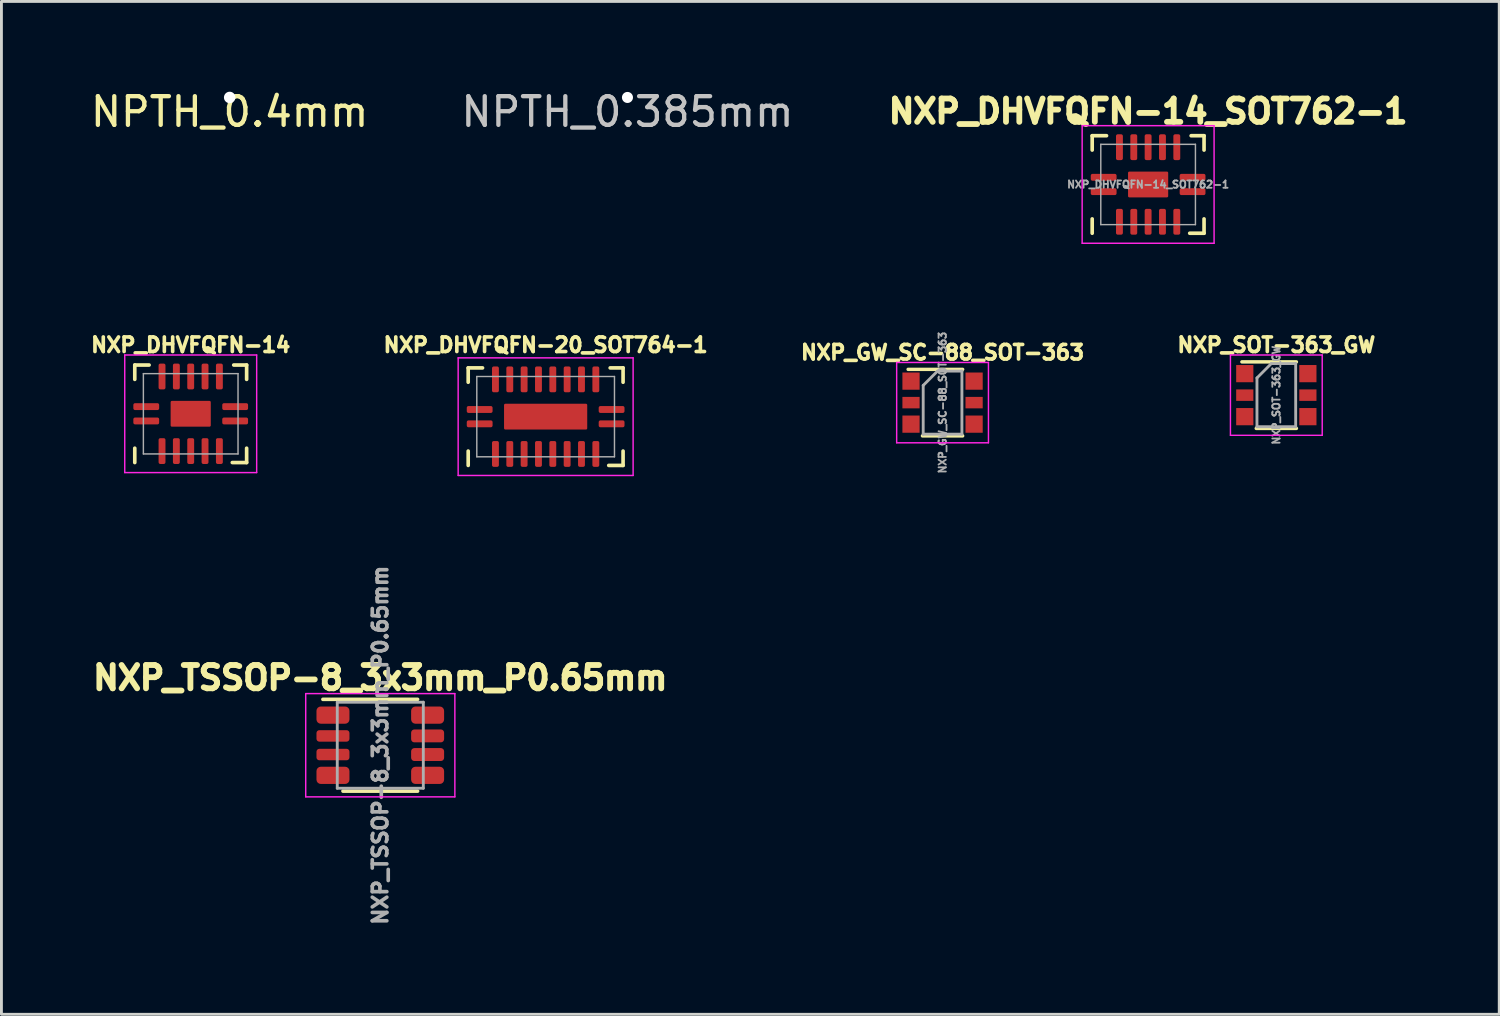
<source format=kicad_pcb>
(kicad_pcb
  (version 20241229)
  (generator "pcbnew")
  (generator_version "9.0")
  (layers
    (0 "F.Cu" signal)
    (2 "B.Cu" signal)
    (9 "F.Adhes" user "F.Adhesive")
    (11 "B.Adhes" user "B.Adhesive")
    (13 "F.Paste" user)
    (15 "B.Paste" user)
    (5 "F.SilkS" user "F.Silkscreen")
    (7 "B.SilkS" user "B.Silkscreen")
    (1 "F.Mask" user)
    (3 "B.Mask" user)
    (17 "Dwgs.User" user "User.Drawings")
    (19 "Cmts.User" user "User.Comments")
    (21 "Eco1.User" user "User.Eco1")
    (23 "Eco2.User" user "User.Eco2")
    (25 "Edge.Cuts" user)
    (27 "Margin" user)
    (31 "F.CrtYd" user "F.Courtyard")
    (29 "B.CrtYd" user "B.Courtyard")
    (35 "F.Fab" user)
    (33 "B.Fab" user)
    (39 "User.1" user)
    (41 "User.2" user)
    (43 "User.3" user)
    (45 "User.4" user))
  (footprint "NXP_GW_SC-88_SOT-363"
    (layer "F.Cu")
    (at 29.813 10.988)
    (property "Reference" "NXP_GW_SC-88_SOT-363" (at 0 -1.75 0) (layer "F.SilkS") (effects (font (size 0.508 0.508) (thickness 0.127))))
    (attr smd)
    (fp_line (start -0.7 1.16) (end 0.7 1.16) (stroke (width 0.12) (type solid)) (layer "F.SilkS"))
    (fp_line (start 0.7 -1.16) (end -1.2 -1.16) (stroke (width 0.12) (type solid)) (layer "F.SilkS"))
    (fp_line (start -1.6 -1.4) (end -1.6 1.4) (stroke (width 0.05) (type solid)) (layer "F.CrtYd"))
    (fp_line (start -1.6 -1.4) (end 1.6 -1.4) (stroke (width 0.05) (type solid)) (layer "F.CrtYd"))
    (fp_line (start -1.6 1.4) (end 1.6 1.4) (stroke (width 0.05) (type solid)) (layer "F.CrtYd"))
    (fp_line (start 1.6 1.4) (end 1.6 -1.4) (stroke (width 0.05) (type solid)) (layer "F.CrtYd"))
    (fp_line (start -0.675 -0.6) (end -0.675 1.1) (stroke (width 0.1) (type solid)) (layer "F.Fab"))
    (fp_line (start -0.175 -1.1) (end -0.675 -0.6) (stroke (width 0.1) (type solid)) (layer "F.Fab"))
    (fp_line (start 0.675 -1.1) (end -0.175 -1.1) (stroke (width 0.1) (type solid)) (layer "F.Fab"))
    (fp_line (start 0.675 -1.1) (end 0.675 1.1) (stroke (width 0.1) (type solid)) (layer "F.Fab"))
    (fp_line (start 0.675 1.1) (end -0.675 1.1) (stroke (width 0.1) (type solid)) (layer "F.Fab"))
    (fp_text user "${REFERENCE}" (at 0 0 90) (layer "F.Fab") (effects (font (size 0.254 0.254) (thickness 0.064))))
    (pad "1" smd rect (at -1.1 -0.75) (size 0.6 0.6) (layers "F.Cu" "F.Mask" "F.Paste"))
    (pad "2" smd rect (at -1.1 0) (size 0.6 0.4) (layers "F.Cu" "F.Mask" "F.Paste"))
    (pad "3" smd rect (at -1.1 0.75) (size 0.6 0.6) (layers "F.Cu" "F.Mask" "F.Paste"))
    (pad "4" smd rect (at 1.1 0.75) (size 0.6 0.6) (layers "F.Cu" "F.Mask" "F.Paste"))
    (pad "5" smd rect (at 1.1 0) (size 0.6 0.4) (layers "F.Cu" "F.Mask" "F.Paste"))
    (pad "6" smd rect (at 1.1 -0.75) (size 0.6 0.6) (layers "F.Cu" "F.Mask" "F.Paste")))
  (footprint "NXP_TSSOP-8_3x3mm_P0.65mm"
    (layer "F.Cu")
    (at 10.209 22.933)
    (property "Reference" "NXP_TSSOP-8_3x3mm_P0.65mm" (at 0 0 90) (layer "F.Fab") (effects (font (size 0.508 0.508) (thickness 0.127))))
    (attr smd)
    (fp_line (start -2 -1.6) (end 1.3 -1.6) (stroke (width 0.127) (type solid)) (layer "F.SilkS"))
    (fp_line (start 1.3 1.6) (end -1.3 1.6) (stroke (width 0.127) (type solid)) (layer "F.SilkS"))
    (fp_line (start -2.6 -1.8) (end 2.6 -1.8) (stroke (width 0.05) (type solid)) (layer "F.CrtYd"))
    (fp_line (start -2.6 1.8) (end -2.6 -1.8) (stroke (width 0.05) (type solid)) (layer "F.CrtYd"))
    (fp_line (start -2.6 1.8) (end 2.6 1.8) (stroke (width 0.05) (type solid)) (layer "F.CrtYd"))
    (fp_line (start 2.6 1.8) (end 2.6 -1.8) (stroke (width 0.05) (type solid)) (layer "F.CrtYd"))
    (fp_line (start -1.5 -1.5) (end 1.5 -1.5) (stroke (width 0.1) (type solid)) (layer "F.Fab"))
    (fp_line (start -1.5 1.5) (end -1.5 -1.5) (stroke (width 0.1) (type solid)) (layer "F.Fab"))
    (fp_line (start 1.5 -1.5) (end 1.5 1.5) (stroke (width 0.1) (type solid)) (layer "F.Fab"))
    (fp_line (start 1.5 1.5) (end -1.5 1.5) (stroke (width 0.1) (type solid)) (layer "F.Fab"))
    (fp_text user "${REFERENCE}" (at 0 -2.35 0) (layer "F.SilkS") (effects (font (size 0.813 0.813) (thickness 0.203))))
    (pad "1" smd roundrect (at -1.65 -1.05) (size 1.15 0.6) (layers "F.Cu" "F.Mask" "F.Paste") (roundrect_rratio 0.25))
    (pad "2" smd roundrect (at -1.65 -0.325) (size 1.15 0.4) (layers "F.Cu" "F.Mask" "F.Paste") (roundrect_rratio 0.25))
    (pad "3" smd roundrect (at -1.65 0.325) (size 1.15 0.4) (layers "F.Cu" "F.Mask" "F.Paste") (roundrect_rratio 0.25))
    (pad "4" smd roundrect (at -1.65 1.05) (size 1.15 0.6) (layers "F.Cu" "F.Mask" "F.Paste") (roundrect_rratio 0.25))
    (pad "5" smd roundrect (at 1.65 1.05) (size 1.15 0.6) (layers "F.Cu" "F.Mask" "F.Paste") (roundrect_rratio 0.25))
    (pad "6" smd roundrect (at 1.65 0.325) (size 1.15 0.45) (layers "F.Cu" "F.Mask" "F.Paste") (roundrect_rratio 0.25))
    (pad "7" smd roundrect (at 1.65 -0.325) (size 1.15 0.45) (layers "F.Cu" "F.Mask" "F.Paste") (roundrect_rratio 0.25))
    (pad "8" smd roundrect (at 1.65 -1.05) (size 1.15 0.6) (layers "F.Cu" "F.Mask" "F.Paste") (roundrect_rratio 0.25)))
  (footprint "NXP_DHVFQFN-14_SOT762-1"
    (layer "F.Cu")
    (at 36.98 3.382)
    (property "Reference" "NXP_DHVFQFN-14_SOT762-1" (at 0 0 0) (layer "F.Fab") (effects (font (size 0.254 0.254) (thickness 0.064))))
    (attr smd)
    (fp_line (start -1.95 -1.7) (end -1.95 -1.2) (stroke (width 0.127) (type solid)) (layer "F.SilkS"))
    (fp_line (start -1.95 -1.7) (end -1.45 -1.7) (stroke (width 0.127) (type solid)) (layer "F.SilkS"))
    (fp_line (start -1.95 1.2) (end -1.95 1.7) (stroke (width 0.127) (type solid)) (layer "F.SilkS"))
    (fp_line (start 1.95 -1.7) (end 1.5 -1.7) (stroke (width 0.127) (type solid)) (layer "F.SilkS"))
    (fp_line (start 1.95 -1.2) (end 1.95 -1.7) (stroke (width 0.127) (type solid)) (layer "F.SilkS"))
    (fp_line (start 1.95 1.7) (end 1.45 1.7) (stroke (width 0.127) (type solid)) (layer "F.SilkS"))
    (fp_line (start 1.95 1.7) (end 1.95 1.2) (stroke (width 0.127) (type solid)) (layer "F.SilkS"))
    (fp_line (start -2.3 -2.05) (end -2.3 2.05) (stroke (width 0.05) (type solid)) (layer "F.CrtYd"))
    (fp_line (start -2.3 -2.05) (end 2.3 -2.05) (stroke (width 0.05) (type solid)) (layer "F.CrtYd"))
    (fp_line (start -2.3 2.05) (end 2.3 2.05) (stroke (width 0.05) (type solid)) (layer "F.CrtYd"))
    (fp_line (start 2.3 2.05) (end 2.3 -2.05) (stroke (width 0.05) (type solid)) (layer "F.CrtYd"))
    (fp_line (start -1.65 -1.4) (end -1.65 1.4) (stroke (width 0.05) (type solid)) (layer "F.Fab"))
    (fp_line (start -1.65 1.4) (end 1.65 1.4) (stroke (width 0.05) (type solid)) (layer "F.Fab"))
    (fp_line (start 1.65 -1.4) (end -1.65 -1.4) (stroke (width 0.05) (type solid)) (layer "F.Fab"))
    (fp_line (start 1.65 1.4) (end 1.65 -1.4) (stroke (width 0.05) (type solid)) (layer "F.Fab"))
    (fp_text user "${REFERENCE}" (at 0 -2.55 0) (layer "F.SilkS") (effects (font (size 0.813 0.813) (thickness 0.203))))
    (pad "1" smd roundrect (at -1.55 0.25 90) (size 0.24 0.9) (layers "F.Cu" "F.Mask" "F.Paste") (roundrect_rratio 0.25))
    (pad "2" smd roundrect (at -1 1.3) (size 0.24 0.9) (layers "F.Cu" "F.Mask" "F.Paste") (roundrect_rratio 0.25))
    (pad "3" smd roundrect (at -0.5 1.3) (size 0.24 0.9) (layers "F.Cu" "F.Mask" "F.Paste") (roundrect_rratio 0.25))
    (pad "4" smd roundrect (at 0 1.3) (size 0.24 0.9) (layers "F.Cu" "F.Mask" "F.Paste") (roundrect_rratio 0.25))
    (pad "5" smd roundrect (at 0.5 1.3) (size 0.24 0.9) (layers "F.Cu" "F.Mask" "F.Paste") (roundrect_rratio 0.25))
    (pad "6" smd roundrect (at 1 1.3) (size 0.24 0.9) (layers "F.Cu" "F.Mask" "F.Paste") (roundrect_rratio 0.25))
    (pad "7" smd roundrect (at 1.55 0.25 90) (size 0.24 0.9) (layers "F.Cu" "F.Mask" "F.Paste") (roundrect_rratio 0.25))
    (pad "8" smd roundrect (at 1.55 -0.25 90) (size 0.24 0.9) (layers "F.Cu" "F.Mask" "F.Paste") (roundrect_rratio 0.25))
    (pad "9" smd roundrect (at 1 -1.3) (size 0.24 0.9) (layers "F.Cu" "F.Mask" "F.Paste") (roundrect_rratio 0.25))
    (pad "10" smd roundrect (at 0.5 -1.3) (size 0.24 0.9) (layers "F.Cu" "F.Mask" "F.Paste") (roundrect_rratio 0.25))
    (pad "11" smd roundrect (at 0 -1.3) (size 0.24 0.9) (layers "F.Cu" "F.Mask" "F.Paste") (roundrect_rratio 0.25))
    (pad "12" smd roundrect (at -0.5 -1.3) (size 0.24 0.9) (layers "F.Cu" "F.Mask" "F.Paste") (roundrect_rratio 0.25))
    (pad "13" smd roundrect (at -1 -1.3) (size 0.24 0.9) (layers "F.Cu" "F.Mask" "F.Paste") (roundrect_rratio 0.25))
    (pad "14" smd roundrect (at -1.55 -0.25 90) (size 0.24 0.9) (layers "F.Cu" "F.Mask" "F.Paste") (roundrect_rratio 0.25))
    (pad "15" smd roundrect (at 0 0) (size 1.4 0.9) (layers "F.Cu" "F.Mask" "F.Paste") (roundrect_rratio 0.05)))
  (footprint "NPTH_0.385mm"
    (layer "F.Cu")
    (at 18.827 0.348)
    (property "Reference" "NPTH_0.385mm" (at 0 0.5 0) (layer "Dwgs.User") (effects (font (size 1 1) (thickness 0.15))))
    (attr exclude_from_pos_files exclude_from_bom)
    (pad "" np_thru_hole circle (at 0 0) (size 0.385 0.385) (drill 0.385) (layers "*.Cu" "*.Mask")))
  (footprint "NPTH_0.4mm"
    (layer "F.Cu")
    (at 4.958 0.348)
    (property "Reference" "NPTH_0.4mm" (at 0 0.5 0) (layer "F.SilkS") (effects (font (size 1 1) (thickness 0.15))))
    (attr through_hole)
    (pad "" np_thru_hole circle (at 0 0) (size 0.4 0.4) (drill 0.4) (layers "*.Cu" "*.Mask")))
  (footprint "NXP_DHVFQFN-14"
    (layer "F.Cu")
    (at 3.599 11.377)
    (property "Reference" "NXP_DHVFQFN-14" (at 0 -2.4 0) (layer "F.SilkS") (effects (font (size 0.508 0.508) (thickness 0.127))))
    (attr through_hole)
    (fp_line (start -1.95 -1.7) (end -1.95 -1.2) (stroke (width 0.127) (type solid)) (layer "F.SilkS"))
    (fp_line (start -1.95 -1.7) (end -1.45 -1.7) (stroke (width 0.127) (type solid)) (layer "F.SilkS"))
    (fp_line (start -1.95 1.2) (end -1.95 1.7) (stroke (width 0.127) (type solid)) (layer "F.SilkS"))
    (fp_line (start 1.95 -1.7) (end 1.5 -1.7) (stroke (width 0.127) (type solid)) (layer "F.SilkS"))
    (fp_line (start 1.95 -1.2) (end 1.95 -1.7) (stroke (width 0.127) (type solid)) (layer "F.SilkS"))
    (fp_line (start 1.95 1.7) (end 1.45 1.7) (stroke (width 0.127) (type solid)) (layer "F.SilkS"))
    (fp_line (start 1.95 1.7) (end 1.95 1.2) (stroke (width 0.127) (type solid)) (layer "F.SilkS"))
    (fp_line (start -2.3 -2.05) (end -2.3 2.05) (stroke (width 0.05) (type solid)) (layer "F.CrtYd"))
    (fp_line (start -2.3 -2.05) (end 2.3 -2.05) (stroke (width 0.05) (type solid)) (layer "F.CrtYd"))
    (fp_line (start -2.3 2.05) (end 2.3 2.05) (stroke (width 0.05) (type solid)) (layer "F.CrtYd"))
    (fp_line (start 2.3 2.05) (end 2.3 -2.05) (stroke (width 0.05) (type solid)) (layer "F.CrtYd"))
    (fp_line (start -1.65 -1.4) (end -1.65 1.4) (stroke (width 0.05) (type solid)) (layer "F.Fab"))
    (fp_line (start -1.65 1.4) (end 1.65 1.4) (stroke (width 0.05) (type solid)) (layer "F.Fab"))
    (fp_line (start 1.65 -1.4) (end -1.65 -1.4) (stroke (width 0.05) (type solid)) (layer "F.Fab"))
    (fp_line (start 1.65 1.4) (end 1.65 -1.4) (stroke (width 0.05) (type solid)) (layer "F.Fab"))
    (pad "1" smd roundrect (at -1 1.3) (size 0.24 0.9) (layers "F.Cu" "F.Mask" "F.Paste") (roundrect_rratio 0.25))
    (pad "2" smd roundrect (at -0.5 1.3) (size 0.24 0.9) (layers "F.Cu" "F.Mask" "F.Paste") (roundrect_rratio 0.25))
    (pad "3" smd roundrect (at 0 1.3) (size 0.24 0.9) (layers "F.Cu" "F.Mask" "F.Paste") (roundrect_rratio 0.25))
    (pad "4" smd roundrect (at 0.5 1.3) (size 0.24 0.9) (layers "F.Cu" "F.Mask" "F.Paste") (roundrect_rratio 0.25))
    (pad "5" smd roundrect (at 1 1.3) (size 0.24 0.9) (layers "F.Cu" "F.Mask" "F.Paste") (roundrect_rratio 0.25))
    (pad "6" smd roundrect (at 1.55 0.25 90) (size 0.24 0.9) (layers "F.Cu" "F.Mask" "F.Paste") (roundrect_rratio 0.25))
    (pad "7" smd roundrect (at 1.55 -0.25 90) (size 0.24 0.9) (layers "F.Cu" "F.Mask" "F.Paste") (roundrect_rratio 0.25))
    (pad "8" smd roundrect (at 1 -1.3) (size 0.24 0.9) (layers "F.Cu" "F.Mask" "F.Paste") (roundrect_rratio 0.25))
    (pad "9" smd roundrect (at 0.5 -1.3) (size 0.24 0.9) (layers "F.Cu" "F.Mask" "F.Paste") (roundrect_rratio 0.25))
    (pad "10" smd roundrect (at 0 -1.3) (size 0.24 0.9) (layers "F.Cu" "F.Mask" "F.Paste") (roundrect_rratio 0.25))
    (pad "11" smd roundrect (at -0.5 -1.3) (size 0.24 0.9) (layers "F.Cu" "F.Mask" "F.Paste") (roundrect_rratio 0.25))
    (pad "12" smd roundrect (at -1 -1.3) (size 0.24 0.9) (layers "F.Cu" "F.Mask" "F.Paste") (roundrect_rratio 0.25))
    (pad "13" smd roundrect (at -1.55 -0.25 90) (size 0.24 0.9) (layers "F.Cu" "F.Mask" "F.Paste") (roundrect_rratio 0.25))
    (pad "14" smd roundrect (at -1.55 0.25 90) (size 0.24 0.9) (layers "F.Cu" "F.Mask" "F.Paste") (roundrect_rratio 0.25))
    (pad "15" smd roundrect (at 0 0) (size 1.4 0.9) (layers "F.Cu" "F.Mask" "F.Paste") (roundrect_rratio 0.05)))
  (footprint "NXP_DHVFQFN-20_SOT764-1"
    (layer "F.Cu")
    (at 15.974 11.477)
    (property "Reference" "NXP_DHVFQFN-20_SOT764-1" (at 0 -2.5 0) (layer "F.SilkS") (effects (font (size 0.508 0.508) (thickness 0.127))))
    (attr through_hole)
    (fp_line (start -2.7 -1.7) (end -2.7 -1.2) (stroke (width 0.127) (type solid)) (layer "F.SilkS"))
    (fp_line (start -2.7 -1.7) (end -2.2 -1.7) (stroke (width 0.127) (type solid)) (layer "F.SilkS"))
    (fp_line (start -2.7 1.2) (end -2.7 1.7) (stroke (width 0.127) (type solid)) (layer "F.SilkS"))
    (fp_line (start 2.7 -1.7) (end 2.25 -1.7) (stroke (width 0.127) (type solid)) (layer "F.SilkS"))
    (fp_line (start 2.7 -1.2) (end 2.7 -1.7) (stroke (width 0.127) (type solid)) (layer "F.SilkS"))
    (fp_line (start 2.7 1.7) (end 2.2 1.7) (stroke (width 0.127) (type solid)) (layer "F.SilkS"))
    (fp_line (start 2.7 1.7) (end 2.7 1.2) (stroke (width 0.127) (type solid)) (layer "F.SilkS"))
    (fp_line (start -3.05 -2.05) (end -3.05 2.05) (stroke (width 0.05) (type solid)) (layer "F.CrtYd"))
    (fp_line (start -3.05 -2.05) (end 3.05 -2.05) (stroke (width 0.05) (type solid)) (layer "F.CrtYd"))
    (fp_line (start -3.05 2.05) (end 3.05 2.05) (stroke (width 0.05) (type solid)) (layer "F.CrtYd"))
    (fp_line (start 3.05 2.05) (end 3.05 -2.05) (stroke (width 0.05) (type solid)) (layer "F.CrtYd"))
    (fp_line (start -2.4 -1.4) (end -2.4 1.4) (stroke (width 0.05) (type solid)) (layer "F.Fab"))
    (fp_line (start -2.4 1.4) (end 2.4 1.4) (stroke (width 0.05) (type solid)) (layer "F.Fab"))
    (fp_line (start 2.4 -1.4) (end -2.4 -1.4) (stroke (width 0.05) (type solid)) (layer "F.Fab"))
    (fp_line (start 2.4 1.4) (end 2.4 -1.4) (stroke (width 0.05) (type solid)) (layer "F.Fab"))
    (pad "1" smd roundrect (at -2.3 0.25 90) (size 0.24 0.9) (layers "F.Cu" "F.Mask" "F.Paste") (roundrect_rratio 0.25))
    (pad "2" smd roundrect (at -1.75 1.3) (size 0.24 0.9) (layers "F.Cu" "F.Mask" "F.Paste") (roundrect_rratio 0.25))
    (pad "3" smd roundrect (at -1.25 1.3) (size 0.24 0.9) (layers "F.Cu" "F.Mask" "F.Paste") (roundrect_rratio 0.25))
    (pad "4" smd roundrect (at -0.75 1.3) (size 0.24 0.9) (layers "F.Cu" "F.Mask" "F.Paste") (roundrect_rratio 0.25))
    (pad "5" smd roundrect (at -0.25 1.3) (size 0.24 0.9) (layers "F.Cu" "F.Mask" "F.Paste") (roundrect_rratio 0.25))
    (pad "6" smd roundrect (at 0.25 1.3) (size 0.24 0.9) (layers "F.Cu" "F.Mask" "F.Paste") (roundrect_rratio 0.25))
    (pad "7" smd roundrect (at 0.75 1.3) (size 0.24 0.9) (layers "F.Cu" "F.Mask" "F.Paste") (roundrect_rratio 0.25))
    (pad "8" smd roundrect (at 1.25 1.3) (size 0.24 0.9) (layers "F.Cu" "F.Mask" "F.Paste") (roundrect_rratio 0.25))
    (pad "9" smd roundrect (at 1.75 1.3) (size 0.24 0.9) (layers "F.Cu" "F.Mask" "F.Paste") (roundrect_rratio 0.25))
    (pad "10" smd roundrect (at 2.3 0.25 90) (size 0.24 0.9) (layers "F.Cu" "F.Mask" "F.Paste") (roundrect_rratio 0.25))
    (pad "11" smd roundrect (at 2.3 -0.25 90) (size 0.24 0.9) (layers "F.Cu" "F.Mask" "F.Paste") (roundrect_rratio 0.25))
    (pad "12" smd roundrect (at 1.75 -1.3) (size 0.24 0.9) (layers "F.Cu" "F.Mask" "F.Paste") (roundrect_rratio 0.25))
    (pad "13" smd roundrect (at 1.25 -1.3) (size 0.24 0.9) (layers "F.Cu" "F.Mask" "F.Paste") (roundrect_rratio 0.25))
    (pad "14" smd roundrect (at 0.75 -1.3) (size 0.24 0.9) (layers "F.Cu" "F.Mask" "F.Paste") (roundrect_rratio 0.25))
    (pad "15" smd roundrect (at 0.25 -1.3) (size 0.24 0.9) (layers "F.Cu" "F.Mask" "F.Paste") (roundrect_rratio 0.25))
    (pad "16" smd roundrect (at -0.25 -1.3) (size 0.24 0.9) (layers "F.Cu" "F.Mask" "F.Paste") (roundrect_rratio 0.25))
    (pad "17" smd roundrect (at -0.75 -1.3) (size 0.24 0.9) (layers "F.Cu" "F.Mask" "F.Paste") (roundrect_rratio 0.25))
    (pad "18" smd roundrect (at -1.25 -1.3) (size 0.24 0.9) (layers "F.Cu" "F.Mask" "F.Paste") (roundrect_rratio 0.25))
    (pad "19" smd roundrect (at -1.75 -1.3) (size 0.24 0.9) (layers "F.Cu" "F.Mask" "F.Paste") (roundrect_rratio 0.25))
    (pad "20" smd roundrect (at -2.3 -0.25 90) (size 0.24 0.9) (layers "F.Cu" "F.Mask" "F.Paste") (roundrect_rratio 0.25))
    (pad "21" smd roundrect (at 0 0) (size 2.9 0.9) (layers "F.Cu" "F.Mask" "F.Paste") (roundrect_rratio 0.05)))
  (footprint "NXP_SOT-363_GW"
    (layer "F.Cu")
    (at 41.45 10.727)
    (property "Reference" "NXP_SOT-363_GW" (at 0 -1.75 0) (layer "F.SilkS") (effects (font (size 0.508 0.508) (thickness 0.127))))
    (attr smd)
    (fp_line (start -0.7 1.16) (end 0.7 1.16) (stroke (width 0.12) (type solid)) (layer "F.SilkS"))
    (fp_line (start 0.7 -1.16) (end -1.2 -1.16) (stroke (width 0.12) (type solid)) (layer "F.SilkS"))
    (fp_line (start -1.6 -1.4) (end -1.6 1.4) (stroke (width 0.05) (type solid)) (layer "F.CrtYd"))
    (fp_line (start -1.6 -1.4) (end 1.6 -1.4) (stroke (width 0.05) (type solid)) (layer "F.CrtYd"))
    (fp_line (start -1.6 1.4) (end 1.6 1.4) (stroke (width 0.05) (type solid)) (layer "F.CrtYd"))
    (fp_line (start 1.6 1.4) (end 1.6 -1.4) (stroke (width 0.05) (type solid)) (layer "F.CrtYd"))
    (fp_line (start -0.675 -0.6) (end -0.675 1.1) (stroke (width 0.1) (type solid)) (layer "F.Fab"))
    (fp_line (start -0.175 -1.1) (end -0.675 -0.6) (stroke (width 0.1) (type solid)) (layer "F.Fab"))
    (fp_line (start 0.675 -1.1) (end -0.175 -1.1) (stroke (width 0.1) (type solid)) (layer "F.Fab"))
    (fp_line (start 0.675 -1.1) (end 0.675 1.1) (stroke (width 0.1) (type solid)) (layer "F.Fab"))
    (fp_line (start 0.675 1.1) (end -0.675 1.1) (stroke (width 0.1) (type solid)) (layer "F.Fab"))
    (fp_text user "${REFERENCE}" (at 0 0 90) (layer "F.Fab") (effects (font (size 0.254 0.254) (thickness 0.064))))
    (pad "1" smd rect (at -1.1 -0.75) (size 0.6 0.6) (layers "F.Cu" "F.Mask" "F.Paste"))
    (pad "2" smd rect (at -1.1 0) (size 0.6 0.4) (layers "F.Cu" "F.Mask" "F.Paste"))
    (pad "3" smd rect (at -1.1 0.75) (size 0.6 0.6) (layers "F.Cu" "F.Mask" "F.Paste"))
    (pad "4" smd rect (at 1.1 0.75) (size 0.6 0.6) (layers "F.Cu" "F.Mask" "F.Paste"))
    (pad "5" smd rect (at 1.1 0) (size 0.6 0.4) (layers "F.Cu" "F.Mask" "F.Paste"))
    (pad "6" smd rect (at 1.1 -0.75) (size 0.6 0.6) (layers "F.Cu" "F.Mask" "F.Paste")))
  (gr_rect
    (start -3 -3)
    (end 49.222 32.314)
    (stroke (width 0.1) (type default))
    (fill no)
    (layer "Edge.Cuts")))
</source>
